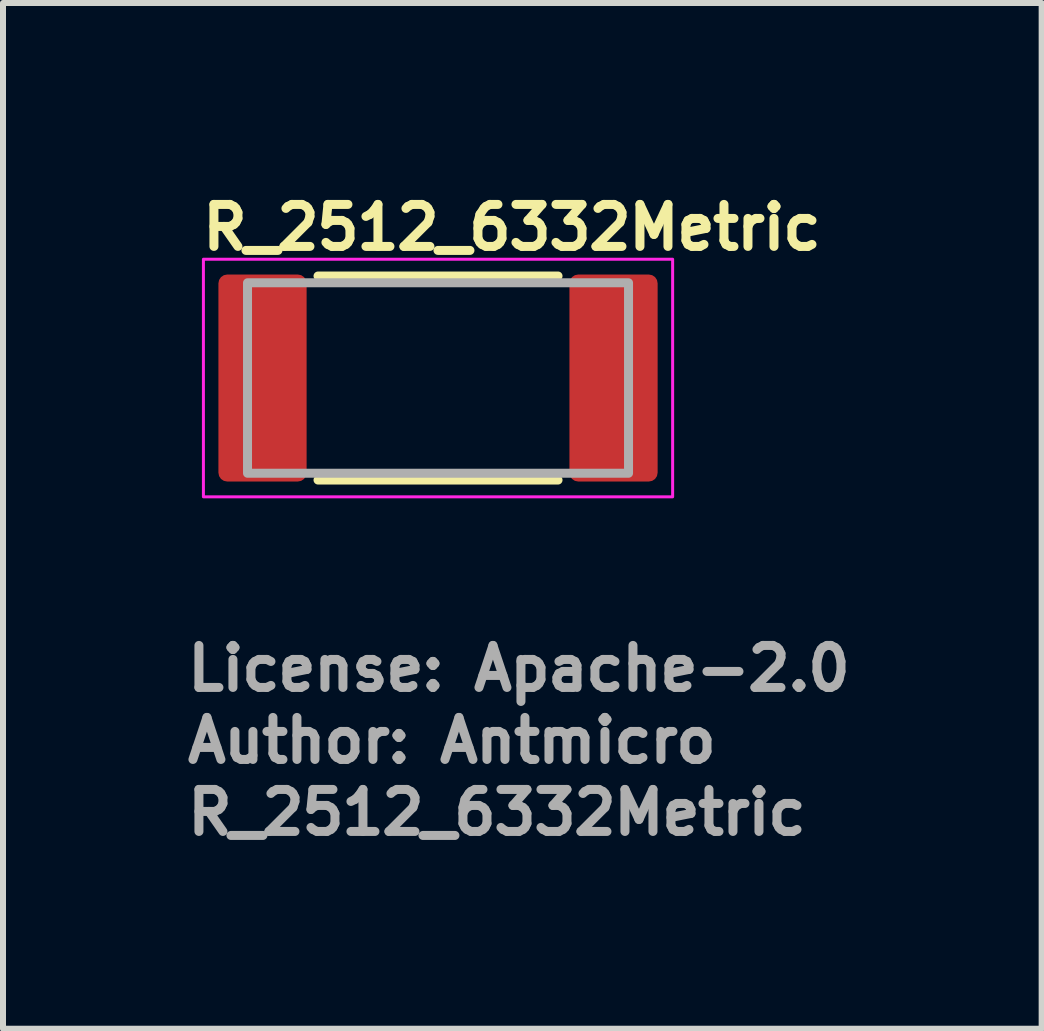
<source format=kicad_pcb>
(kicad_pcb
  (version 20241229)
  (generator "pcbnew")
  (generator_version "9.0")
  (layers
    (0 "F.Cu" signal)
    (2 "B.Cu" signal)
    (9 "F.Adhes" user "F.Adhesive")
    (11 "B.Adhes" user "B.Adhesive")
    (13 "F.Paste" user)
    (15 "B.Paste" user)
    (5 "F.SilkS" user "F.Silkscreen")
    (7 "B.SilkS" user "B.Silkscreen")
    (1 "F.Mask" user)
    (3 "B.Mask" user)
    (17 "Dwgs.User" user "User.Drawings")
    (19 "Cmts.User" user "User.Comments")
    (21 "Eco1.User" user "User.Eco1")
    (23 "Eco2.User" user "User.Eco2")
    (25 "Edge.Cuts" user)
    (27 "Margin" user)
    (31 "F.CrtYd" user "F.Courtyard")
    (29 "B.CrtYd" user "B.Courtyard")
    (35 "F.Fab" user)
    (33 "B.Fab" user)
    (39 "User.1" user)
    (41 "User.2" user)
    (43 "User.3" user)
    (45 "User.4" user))
  (footprint "R_2512_6332Metric"
    (layer "F.Cu")
    (at 4.25 3.25)
    (property "Reference" "R_2512_6332Metric" (at -4 -2.1 0) (layer "F.SilkS") (effects (font (size 0.7 0.7) (thickness 0.15)) (justify left bottom)))
    (attr smd)
    (fp_line (start -2 -1.7) (end 2 -1.7) (stroke (width 0.15) (type solid)) (layer "F.SilkS"))
    (fp_line (start -2 1.7) (end 2 1.7) (stroke (width 0.15) (type solid)) (layer "F.SilkS"))
    (fp_rect (start -3.91 -1.98) (end 3.91 1.98) (stroke (width 0.05) (type solid)) (fill no) (layer "F.CrtYd"))
    (fp_rect (start -3.175 -1.587) (end 3.175 1.587) (stroke (width 0.15) (type solid)) (fill no) (layer "F.Fab"))
    (fp_rect (start -3.175 -1.587) (end 3.175 1.587) (stroke (width 0.1) (type solid)) (fill no) (layer "User.5"))
    (fp_line (start -3.175 1.587) (end -3.175 -1.587) (stroke (width 0.02) (type solid)) (layer "User.9"))
    (fp_line (start -2.413 -1.587) (end -3.175 -1.587) (stroke (width 0.02) (type solid)) (layer "User.9"))
    (fp_line (start -2.413 -1.587) (end -2.413 1.587) (stroke (width 0.02) (type solid)) (layer "User.9"))
    (fp_line (start -2.413 1.587) (end -3.175 1.587) (stroke (width 0.02) (type solid)) (layer "User.9"))
    (fp_line (start -2.413 1.587) (end -2.413 -1.587) (stroke (width 0.02) (type solid)) (layer "User.9"))
    (fp_line (start 2.413 -1.587) (end -2.413 -1.587) (stroke (width 0.02) (type solid)) (layer "User.9"))
    (fp_line (start 2.413 -1.587) (end 3.175 -1.587) (stroke (width 0.02) (type solid)) (layer "User.9"))
    (fp_line (start 2.413 1.587) (end -2.413 1.587) (stroke (width 0.02) (type solid)) (layer "User.9"))
    (fp_line (start 2.413 1.587) (end 2.413 -1.587) (stroke (width 0.02) (type solid)) (layer "User.9"))
    (fp_line (start 2.413 1.587) (end 2.413 -1.587) (stroke (width 0.02) (type solid)) (layer "User.9"))
    (fp_line (start 2.413 1.587) (end 3.175 1.587) (stroke (width 0.02) (type solid)) (layer "User.9"))
    (fp_line (start 3.175 1.587) (end 3.175 -1.587) (stroke (width 0.02) (type solid)) (layer "User.9"))
    (fp_text user "Author: Antmicro" (at -4.25 6.45 0) (layer "F.Fab") (effects (font (size 0.7 0.7) (thickness 0.15)) (justify left bottom)))
    (fp_text user "${REFERENCE}" (at -4.25 7.65 0) (layer "F.Fab") (effects (font (size 0.7 0.7) (thickness 0.15)) (justify left bottom)))
    (fp_text user "License: Apache-2.0" (at -4.25 5.25 0) (layer "F.Fab") (effects (font (size 0.7 0.7) (thickness 0.15)) (justify left bottom)))
    (pad "1" smd roundrect (at -2.925 0) (size 1.47 3.45) (layers "F.Cu" "F.Mask" "F.Paste") (roundrect_rratio 0.1))
    (pad "2" smd roundrect (at 2.925 0) (size 1.47 3.45) (layers "F.Cu" "F.Mask" "F.Paste") (roundrect_rratio 0.1)))
  (gr_rect
    (start -3 -3)
    (end 14.31 14.095)
    (stroke (width 0.1) (type default))
    (fill no)
    (layer "Edge.Cuts")))
</source>
